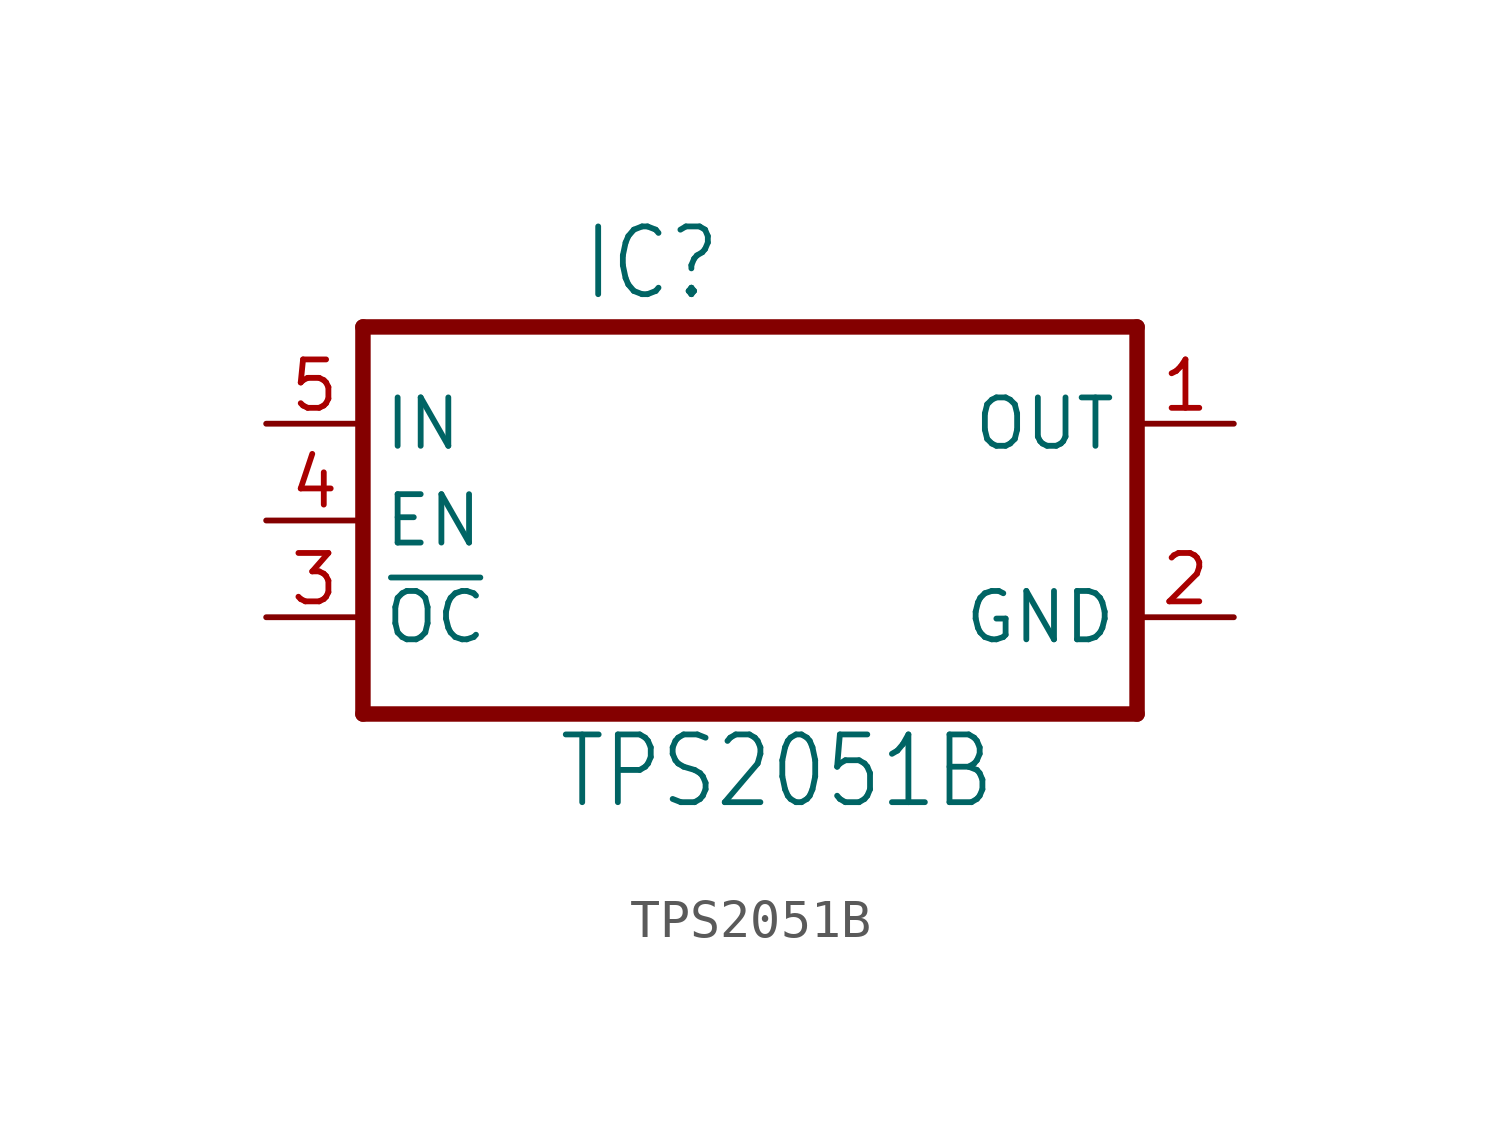
<source format=kicad_sym>
(kicad_symbol_lib
  (version 20211014)
  (generator kicad_symbol_editor)
  (symbol "TPS2051B"
    (property "Reference" "IC"
      (at -4.445 5.715 0)
      (effects (font (size 1.778 1.511)) (justify left bottom)))
    (property "Value" "TPS2051B"
      (at -5.08 -7.62 0)
      (effects (font (size 1.778 1.511)) (justify left bottom)))
    (property "ki_locked" ""
      (at 0 0 0)
      (effects (font (size 1.27 1.27))))
    (symbol "TPS2051B_1_0"
      (polyline (pts (xy -10.16 -5.08) (xy 10.16 -5.08)) (stroke (width 0.406) (type default) (color 0 0 0 0)) (fill (type none)))
      (polyline (pts (xy -10.16 5.08) (xy -10.16 -5.08)) (stroke (width 0.406) (type default) (color 0 0 0 0)) (fill (type none)))
      (polyline (pts (xy 10.16 -5.08) (xy 10.16 5.08)) (stroke (width 0.406) (type default) (color 0 0 0 0)) (fill (type none)))
      (polyline (pts (xy 10.16 5.08) (xy -10.16 5.08)) (stroke (width 0.406) (type default) (color 0 0 0 0)) (fill (type none)))
      (pin output line (at 12.7 2.54 180) (length 2.54) (name "OUT" (effects (font (size 1.27 1.27)))) (number "1" (effects (font (size 1.27 1.27)))))
      (pin power_in line (at 12.7 -2.54 180) (length 2.54) (name "GND" (effects (font (size 1.27 1.27)))) (number "2" (effects (font (size 1.27 1.27)))))
      (pin passive line (at -12.7 -2.54 0) (length 2.54) (name "~{OC}" (effects (font (size 1.27 1.27)))) (number "3" (effects (font (size 1.27 1.27)))))
      (pin input line (at -12.7 0 0) (length 2.54) (name "EN" (effects (font (size 1.27 1.27)))) (number "4" (effects (font (size 1.27 1.27)))))
      (pin input line (at -12.7 2.54 0) (length 2.54) (name "IN" (effects (font (size 1.27 1.27)))) (number "5" (effects (font (size 1.27 1.27))))))))
</source>
